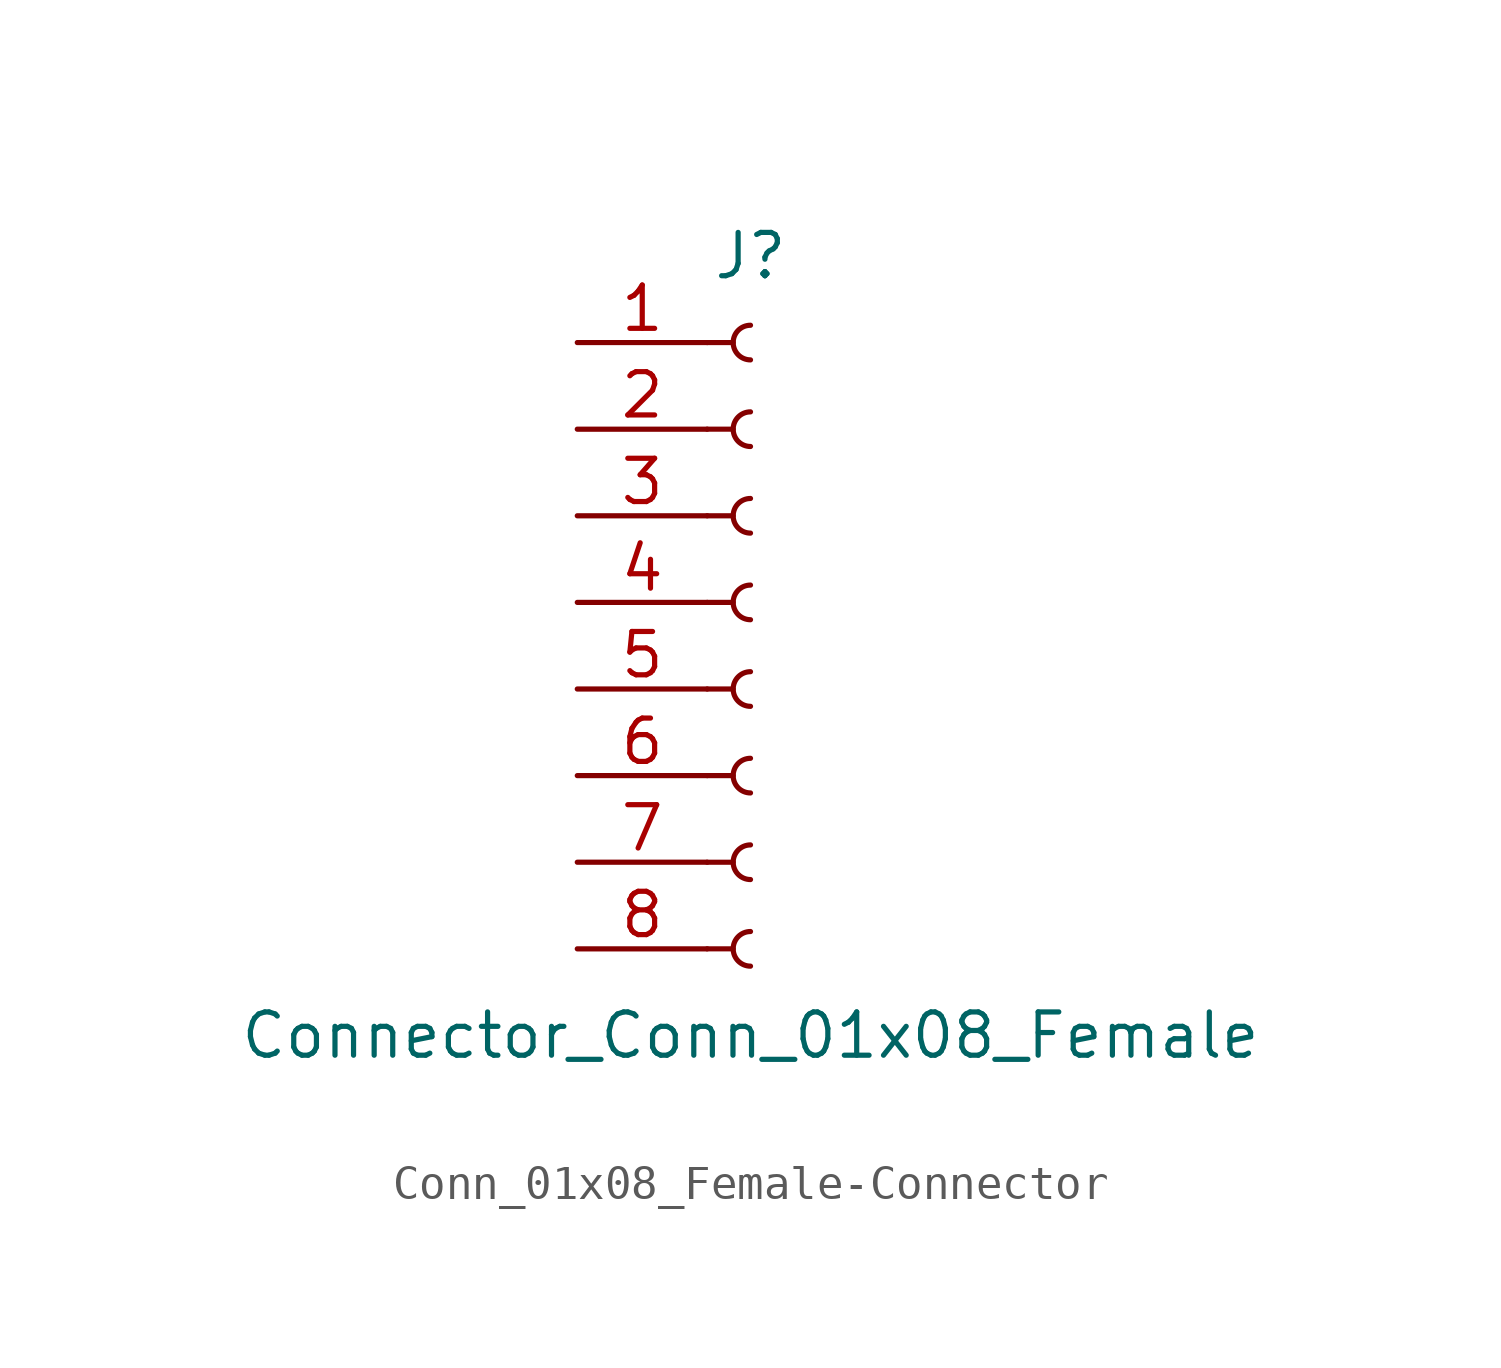
<source format=kicad_sym>
(kicad_symbol_lib
  (version 20220914)
  (generator kicad_symbol_editor)
  (symbol "Conn_01x08_Female-Connector"
    (pin_names
      (offset 1.016) hide)
    (property "Reference" "J"
      (at 0 10.16 0)
      (effects (font (size 1.27 1.27))))
    (property "Value" "Connector_Conn_01x08_Female"
      (at 0 -12.7 0)
      (effects (font (size 1.27 1.27))))
    (symbol "Conn_01x08_Female-Connector_1_1"
      (arc (start 0 -9.652) (mid -0.5058 -10.16) (end 0 -10.668) (stroke (width 0.1524) (type solid)) (fill (type none)))
      (arc (start 0 -7.112) (mid -0.5058 -7.62) (end 0 -8.128) (stroke (width 0.1524) (type solid)) (fill (type none)))
      (arc (start 0 -4.572) (mid -0.5058 -5.08) (end 0 -5.588) (stroke (width 0.1524) (type solid)) (fill (type none)))
      (arc (start 0 -2.032) (mid -0.5058 -2.54) (end 0 -3.048) (stroke (width 0.1524) (type solid)) (fill (type none)))
      (polyline (pts (xy -1.27 -10.16) (xy -0.508 -10.16)) (stroke (width 0.152) (type solid)) (fill (type none)))
      (polyline (pts (xy -1.27 -7.62) (xy -0.508 -7.62)) (stroke (width 0.152) (type solid)) (fill (type none)))
      (polyline (pts (xy -1.27 -5.08) (xy -0.508 -5.08)) (stroke (width 0.152) (type solid)) (fill (type none)))
      (polyline (pts (xy -1.27 -2.54) (xy -0.508 -2.54)) (stroke (width 0.152) (type solid)) (fill (type none)))
      (polyline (pts (xy -1.27 0) (xy -0.508 0)) (stroke (width 0.152) (type solid)) (fill (type none)))
      (polyline (pts (xy -1.27 2.54) (xy -0.508 2.54)) (stroke (width 0.152) (type solid)) (fill (type none)))
      (polyline (pts (xy -1.27 5.08) (xy -0.508 5.08)) (stroke (width 0.152) (type solid)) (fill (type none)))
      (polyline (pts (xy -1.27 7.62) (xy -0.508 7.62)) (stroke (width 0.152) (type solid)) (fill (type none)))
      (arc (start 0 0.508) (mid -0.5058 0) (end 0 -0.508) (stroke (width 0.1524) (type solid)) (fill (type none)))
      (arc (start 0 3.048) (mid -0.5058 2.54) (end 0 2.032) (stroke (width 0.1524) (type solid)) (fill (type none)))
      (arc (start 0 5.588) (mid -0.5058 5.08) (end 0 4.572) (stroke (width 0.1524) (type solid)) (fill (type none)))
      (arc (start 0 8.128) (mid -0.5058 7.62) (end 0 7.112) (stroke (width 0.1524) (type solid)) (fill (type none)))
      (pin passive line (at -5.08 7.62 0) (length 3.81) (name "Pin_1" (effects (font (size 1.27 1.27)))) (number "1" (effects (font (size 1.27 1.27)))))
      (pin passive line (at -5.08 5.08 0) (length 3.81) (name "Pin_2" (effects (font (size 1.27 1.27)))) (number "2" (effects (font (size 1.27 1.27)))))
      (pin passive line (at -5.08 2.54 0) (length 3.81) (name "Pin_3" (effects (font (size 1.27 1.27)))) (number "3" (effects (font (size 1.27 1.27)))))
      (pin passive line (at -5.08 0 0) (length 3.81) (name "Pin_4" (effects (font (size 1.27 1.27)))) (number "4" (effects (font (size 1.27 1.27)))))
      (pin passive line (at -5.08 -2.54 0) (length 3.81) (name "Pin_5" (effects (font (size 1.27 1.27)))) (number "5" (effects (font (size 1.27 1.27)))))
      (pin passive line (at -5.08 -5.08 0) (length 3.81) (name "Pin_6" (effects (font (size 1.27 1.27)))) (number "6" (effects (font (size 1.27 1.27)))))
      (pin passive line (at -5.08 -7.62 0) (length 3.81) (name "Pin_7" (effects (font (size 1.27 1.27)))) (number "7" (effects (font (size 1.27 1.27)))))
      (pin passive line (at -5.08 -10.16 0) (length 3.81) (name "Pin_8" (effects (font (size 1.27 1.27)))) (number "8" (effects (font (size 1.27 1.27))))))))
</source>
